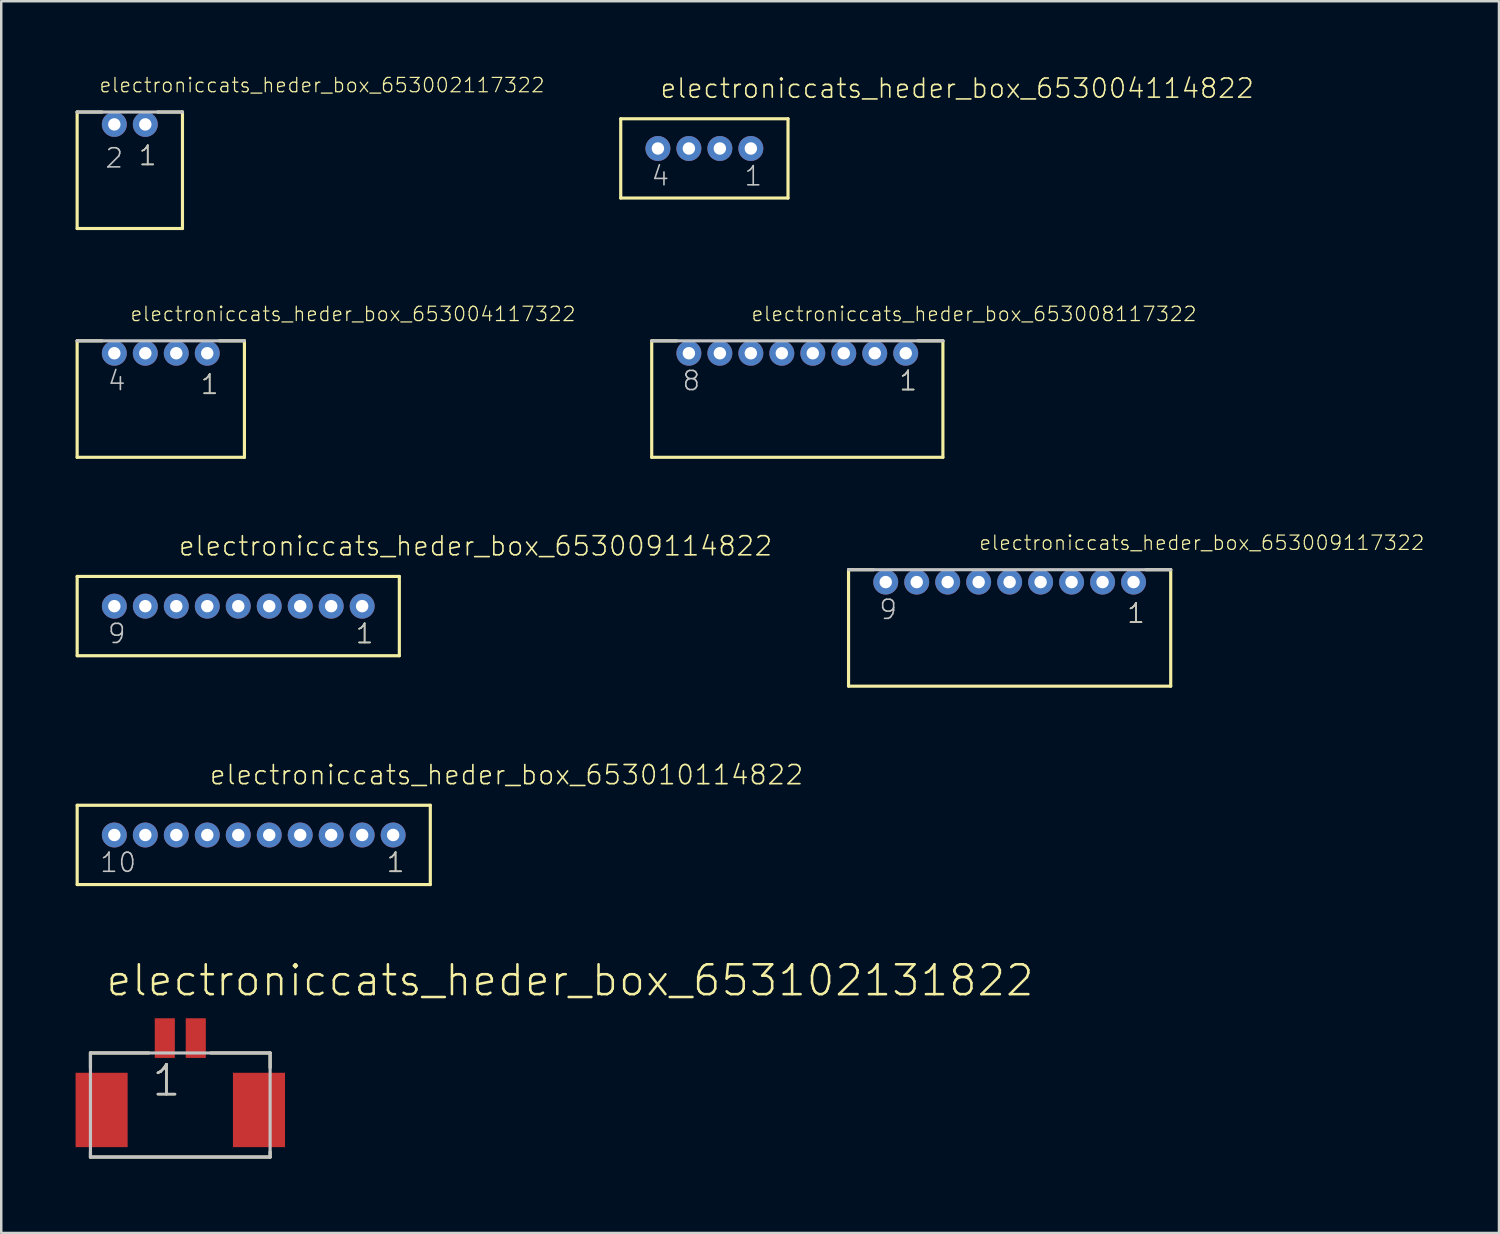
<source format=kicad_pcb>
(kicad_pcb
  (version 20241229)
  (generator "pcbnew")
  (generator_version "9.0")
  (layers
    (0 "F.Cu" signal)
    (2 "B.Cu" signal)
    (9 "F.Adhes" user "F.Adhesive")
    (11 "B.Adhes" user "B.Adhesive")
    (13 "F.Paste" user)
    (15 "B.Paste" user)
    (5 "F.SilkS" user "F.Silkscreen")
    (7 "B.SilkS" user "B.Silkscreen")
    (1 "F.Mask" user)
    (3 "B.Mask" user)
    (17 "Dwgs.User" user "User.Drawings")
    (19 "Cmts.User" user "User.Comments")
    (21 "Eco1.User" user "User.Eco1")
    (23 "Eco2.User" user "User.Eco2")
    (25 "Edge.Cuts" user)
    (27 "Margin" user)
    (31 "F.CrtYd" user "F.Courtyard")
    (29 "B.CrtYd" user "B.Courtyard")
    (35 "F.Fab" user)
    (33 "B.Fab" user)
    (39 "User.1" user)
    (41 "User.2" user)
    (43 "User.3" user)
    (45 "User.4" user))
  (footprint "electroniccats_heder_box_653004117322"
    (layer "F.Cu")
    (at 3.438 11.204)
    (property "Reference" "electroniccats_heder_box_653004117322" (at -1.265 -1.245 0) (layer "F.SilkS") (effects (font (size 0.579 0.579) (thickness 0.049)) (justify left bottom)))
    (attr through_hole)
    (fp_line (start -3.375 4.2) (end -3.375 -0.5) (stroke (width 0.127) (type solid)) (layer "F.SilkS"))
    (fp_line (start -2.37 -0.5) (end -3.375 -0.5) (stroke (width 0.127) (type solid)) (layer "F.SilkS"))
    (fp_line (start 2.37 -0.5) (end 3.375 -0.5) (stroke (width 0.127) (type solid)) (layer "F.SilkS"))
    (fp_line (start 3.375 -0.5) (end 3.375 4.2) (stroke (width 0.127) (type solid)) (layer "F.SilkS"))
    (fp_line (start 3.375 4.2) (end -3.375 4.2) (stroke (width 0.127) (type solid)) (layer "F.SilkS"))
    (fp_line (start -3.375 -0.5) (end 3.375 -0.5) (stroke (width 0.127) (type solid)) (layer "Dwgs.User"))
    (fp_text user "1" (at 1.562 1.712 0) (layer "F.SilkS") (effects (font (size 0.772 0.772) (thickness 0.065)) (justify left bottom)))
    (fp_text user "4" (at -2.188 1.562 0) (layer "Dwgs.User") (effects (font (size 0.772 0.772) (thickness 0.065)) (justify left bottom)))
    (fp_text user "1" (at 1.562 1.712 0) (layer "Dwgs.User") (effects (font (size 0.772 0.772) (thickness 0.065)) (justify left bottom)))
    (pad "1" thru_hole circle (at 1.875 0) (size 1.008 1.008) (drill 0.5) (layers "*.Cu" "*.Mask"))
    (pad "2" thru_hole circle (at 0.625 0) (size 1.008 1.008) (drill 0.5) (layers "*.Cu" "*.Mask"))
    (pad "3" thru_hole circle (at -0.625 0) (size 1.008 1.008) (drill 0.5) (layers "*.Cu" "*.Mask"))
    (pad "4" thru_hole circle (at -1.875 0) (size 1.008 1.008) (drill 0.5) (layers "*.Cu" "*.Mask")))
  (footprint "electroniccats_heder_box_653002117322"
    (layer "F.Cu")
    (at 2.188 1.97)
    (property "Reference" "electroniccats_heder_box_653002117322" (at -1.265 -1.245 0) (layer "F.SilkS") (effects (font (size 0.579 0.579) (thickness 0.049)) (justify left bottom)))
    (attr through_hole)
    (fp_line (start -2.125 4.2) (end -2.125 -0.5) (stroke (width 0.127) (type solid)) (layer "F.SilkS"))
    (fp_line (start -1.12 -0.5) (end -2.125 -0.5) (stroke (width 0.127) (type solid)) (layer "F.SilkS"))
    (fp_line (start 1.12 -0.5) (end 2.125 -0.5) (stroke (width 0.127) (type solid)) (layer "F.SilkS"))
    (fp_line (start 2.125 -0.5) (end 2.125 4.2) (stroke (width 0.127) (type solid)) (layer "F.SilkS"))
    (fp_line (start 2.125 4.2) (end -2.125 4.2) (stroke (width 0.127) (type solid)) (layer "F.SilkS"))
    (fp_line (start -2.125 -0.5) (end 2.125 -0.5) (stroke (width 0.127) (type solid)) (layer "Dwgs.User"))
    (fp_text user "1" (at 0.312 1.712 0) (layer "F.SilkS") (effects (font (size 0.772 0.772) (thickness 0.065)) (justify left bottom)))
    (fp_text user "1" (at 0.312 1.712 0) (layer "Dwgs.User") (effects (font (size 0.772 0.772) (thickness 0.065)) (justify left bottom)))
    (fp_text user "2" (at -1.038 1.812 0) (layer "Dwgs.User") (effects (font (size 0.772 0.772) (thickness 0.065)) (justify left bottom)))
    (pad "1" thru_hole circle (at 0.625 0) (size 1.008 1.008) (drill 0.5) (layers "*.Cu" "*.Mask"))
    (pad "2" thru_hole circle (at -0.625 0) (size 1.008 1.008) (drill 0.5) (layers "*.Cu" "*.Mask")))
  (footprint "electroniccats_heder_box_653009117322"
    (layer "F.Cu")
    (at 37.691 20.438)
    (property "Reference" "electroniccats_heder_box_653009117322" (at -1.265 -1.245 0) (layer "F.SilkS") (effects (font (size 0.579 0.579) (thickness 0.049)) (justify left bottom)))
    (attr through_hole)
    (fp_line (start -6.5 4.2) (end -6.5 -0.5) (stroke (width 0.127) (type solid)) (layer "F.SilkS"))
    (fp_line (start -5.495 -0.5) (end -6.5 -0.5) (stroke (width 0.127) (type solid)) (layer "F.SilkS"))
    (fp_line (start 5.495 -0.5) (end 6.5 -0.5) (stroke (width 0.127) (type solid)) (layer "F.SilkS"))
    (fp_line (start 6.5 -0.5) (end 6.5 4.2) (stroke (width 0.127) (type solid)) (layer "F.SilkS"))
    (fp_line (start 6.5 4.2) (end -6.5 4.2) (stroke (width 0.127) (type solid)) (layer "F.SilkS"))
    (fp_line (start -6.5 -0.5) (end 6.5 -0.5) (stroke (width 0.127) (type solid)) (layer "Dwgs.User"))
    (fp_text user "1" (at 4.688 1.712 0) (layer "F.SilkS") (effects (font (size 0.772 0.772) (thickness 0.065)) (justify left bottom)))
    (fp_text user "9" (at -5.312 1.562 0) (layer "Dwgs.User") (effects (font (size 0.772 0.772) (thickness 0.065)) (justify left bottom)))
    (fp_text user "1" (at 4.688 1.712 0) (layer "Dwgs.User") (effects (font (size 0.772 0.772) (thickness 0.065)) (justify left bottom)))
    (pad "1" thru_hole circle (at 5 0) (size 1.008 1.008) (drill 0.5) (layers "*.Cu" "*.Mask"))
    (pad "2" thru_hole circle (at 3.75 0) (size 1.008 1.008) (drill 0.5) (layers "*.Cu" "*.Mask"))
    (pad "3" thru_hole circle (at 2.5 0) (size 1.008 1.008) (drill 0.5) (layers "*.Cu" "*.Mask"))
    (pad "4" thru_hole circle (at 1.25 0) (size 1.008 1.008) (drill 0.5) (layers "*.Cu" "*.Mask"))
    (pad "5" thru_hole circle (at 0 0) (size 1.008 1.008) (drill 0.5) (layers "*.Cu" "*.Mask"))
    (pad "6" thru_hole circle (at -1.25 0) (size 1.008 1.008) (drill 0.5) (layers "*.Cu" "*.Mask"))
    (pad "7" thru_hole circle (at -2.5 0) (size 1.008 1.008) (drill 0.5) (layers "*.Cu" "*.Mask"))
    (pad "8" thru_hole circle (at -3.75 0) (size 1.008 1.008) (drill 0.5) (layers "*.Cu" "*.Mask"))
    (pad "9" thru_hole circle (at -5 0) (size 1.008 1.008) (drill 0.5) (layers "*.Cu" "*.Mask")))
  (footprint "electroniccats_heder_box_653102131822"
    (layer "F.Cu")
    (at 4.225 38.839)
    (property "Reference" "electroniccats_heder_box_653102131822" (at -3.06 -1.62 0) (layer "F.SilkS") (effects (font (size 1.206 1.206) (thickness 0.102)) (justify left bottom)))
    (attr through_hole)
    (fp_line (start -3.625 0.6) (end -3.625 1.21) (stroke (width 0.127) (type solid)) (layer "F.SilkS"))
    (fp_line (start -3.625 4.59) (end -3.625 4.8) (stroke (width 0.127) (type solid)) (layer "F.SilkS"))
    (fp_line (start -3.625 4.8) (end 3.625 4.8) (stroke (width 0.127) (type solid)) (layer "F.SilkS"))
    (fp_line (start -1.27 0.6) (end -3.625 0.6) (stroke (width 0.127) (type solid)) (layer "F.SilkS"))
    (fp_line (start 1.23 0.6) (end 3.625 0.6) (stroke (width 0.127) (type solid)) (layer "F.SilkS"))
    (fp_line (start 3.625 0.6) (end 3.625 1.19) (stroke (width 0.127) (type solid)) (layer "F.SilkS"))
    (fp_line (start 3.625 4.8) (end 3.625 4.59) (stroke (width 0.127) (type solid)) (layer "F.SilkS"))
    (fp_line (start -3.625 0.6) (end 3.625 0.6) (stroke (width 0.127) (type solid)) (layer "Dwgs.User"))
    (fp_line (start -3.625 4.8) (end -3.625 0.6) (stroke (width 0.127) (type solid)) (layer "Dwgs.User"))
    (fp_line (start 3.625 0.6) (end 3.625 4.8) (stroke (width 0.127) (type solid)) (layer "Dwgs.User"))
    (fp_line (start 3.625 4.8) (end -3.625 4.8) (stroke (width 0.127) (type solid)) (layer "Dwgs.User"))
    (fp_text user "1" (at -1.2 2.415 0) (layer "F.SilkS") (effects (font (size 1.206 1.206) (thickness 0.102)) (justify left bottom)))
    (fp_text user "1" (at -1.2 2.415 0) (layer "Dwgs.User") (effects (font (size 1.206 1.206) (thickness 0.102)) (justify left bottom)))
    (pad "1" smd rect (at -0.625 0) (size 0.81 1.6) (layers "F.Cu" "F.Mask" "F.Paste"))
    (pad "2" smd rect (at 0.625 0) (size 0.81 1.6) (layers "F.Cu" "F.Mask" "F.Paste"))
    (pad "Z1" smd rect (at -3.175 2.9) (size 2.1 3) (layers "F.Cu" "F.Mask" "F.Paste"))
    (pad "Z2" smd rect (at 3.175 2.9) (size 2.1 3) (layers "F.Cu" "F.Mask" "F.Paste")))
  (footprint "electroniccats_heder_box_653010114822"
    (layer "F.Cu")
    (at 7.189 30.644)
    (property "Reference" "electroniccats_heder_box_653010114822" (at -1.825 -1.975 0) (layer "F.SilkS") (effects (font (size 0.772 0.772) (thickness 0.065)) (justify left bottom)))
    (attr through_hole)
    (fp_line (start -7.125 -1.2) (end 7.125 -1.2) (stroke (width 0.127) (type solid)) (layer "F.SilkS"))
    (fp_line (start -7.125 2) (end -7.125 -1.2) (stroke (width 0.127) (type solid)) (layer "F.SilkS"))
    (fp_line (start 7.125 -1.2) (end 7.125 2) (stroke (width 0.127) (type solid)) (layer "F.SilkS"))
    (fp_line (start 7.125 2) (end -7.125 2) (stroke (width 0.127) (type solid)) (layer "F.SilkS"))
    (fp_text user "1" (at 5.312 1.562 0) (layer "F.SilkS") (effects (font (size 0.772 0.772) (thickness 0.065)) (justify left bottom)))
    (fp_text user "1" (at 5.312 1.562 0) (layer "Dwgs.User") (effects (font (size 0.772 0.772) (thickness 0.065)) (justify left bottom)))
    (fp_text user "10" (at -6.25 1.562 0) (layer "Dwgs.User") (effects (font (size 0.772 0.772) (thickness 0.065)) (justify left bottom)))
    (pad "1" thru_hole circle (at 5.625 0) (size 1.008 1.008) (drill 0.5) (layers "*.Cu" "*.Mask"))
    (pad "2" thru_hole circle (at 4.375 0) (size 1.008 1.008) (drill 0.5) (layers "*.Cu" "*.Mask"))
    (pad "3" thru_hole circle (at 3.125 0) (size 1.008 1.008) (drill 0.5) (layers "*.Cu" "*.Mask"))
    (pad "4" thru_hole circle (at 1.875 0) (size 1.008 1.008) (drill 0.5) (layers "*.Cu" "*.Mask"))
    (pad "5" thru_hole circle (at 0.625 0) (size 1.008 1.008) (drill 0.5) (layers "*.Cu" "*.Mask"))
    (pad "6" thru_hole circle (at -0.625 0) (size 1.008 1.008) (drill 0.5) (layers "*.Cu" "*.Mask"))
    (pad "7" thru_hole circle (at -1.875 0) (size 1.008 1.008) (drill 0.5) (layers "*.Cu" "*.Mask"))
    (pad "8" thru_hole circle (at -3.125 0) (size 1.008 1.008) (drill 0.5) (layers "*.Cu" "*.Mask"))
    (pad "9" thru_hole circle (at -4.375 0) (size 1.008 1.008) (drill 0.5) (layers "*.Cu" "*.Mask"))
    (pad "10" thru_hole circle (at -5.625 0) (size 1.008 1.008) (drill 0.5) (layers "*.Cu" "*.Mask")))
  (footprint "electroniccats_heder_box_653009114822"
    (layer "F.Cu")
    (at 6.564 21.41)
    (property "Reference" "electroniccats_heder_box_653009114822" (at -2.45 -1.975 0) (layer "F.SilkS") (effects (font (size 0.772 0.772) (thickness 0.065)) (justify left bottom)))
    (attr through_hole)
    (fp_line (start -6.5 -1.2) (end 6.5 -1.2) (stroke (width 0.127) (type solid)) (layer "F.SilkS"))
    (fp_line (start -6.5 2) (end -6.5 -1.2) (stroke (width 0.127) (type solid)) (layer "F.SilkS"))
    (fp_line (start 6.5 -1.2) (end 6.5 2) (stroke (width 0.127) (type solid)) (layer "F.SilkS"))
    (fp_line (start 6.5 2) (end -6.5 2) (stroke (width 0.127) (type solid)) (layer "F.SilkS"))
    (fp_text user "1" (at 4.688 1.562 0) (layer "F.SilkS") (effects (font (size 0.772 0.772) (thickness 0.065)) (justify left bottom)))
    (fp_text user "1" (at 4.688 1.562 0) (layer "Dwgs.User") (effects (font (size 0.772 0.772) (thickness 0.065)) (justify left bottom)))
    (fp_text user "9" (at -5.312 1.562 0) (layer "Dwgs.User") (effects (font (size 0.772 0.772) (thickness 0.065)) (justify left bottom)))
    (pad "1" thru_hole circle (at 5 0) (size 1.008 1.008) (drill 0.5) (layers "*.Cu" "*.Mask"))
    (pad "2" thru_hole circle (at 3.75 0) (size 1.008 1.008) (drill 0.5) (layers "*.Cu" "*.Mask"))
    (pad "3" thru_hole circle (at 2.5 0) (size 1.008 1.008) (drill 0.5) (layers "*.Cu" "*.Mask"))
    (pad "4" thru_hole circle (at 1.25 0) (size 1.008 1.008) (drill 0.5) (layers "*.Cu" "*.Mask"))
    (pad "5" thru_hole circle (at 0 0) (size 1.008 1.008) (drill 0.5) (layers "*.Cu" "*.Mask"))
    (pad "6" thru_hole circle (at -1.25 0) (size 1.008 1.008) (drill 0.5) (layers "*.Cu" "*.Mask"))
    (pad "7" thru_hole circle (at -2.5 0) (size 1.008 1.008) (drill 0.5) (layers "*.Cu" "*.Mask"))
    (pad "8" thru_hole circle (at -3.75 0) (size 1.008 1.008) (drill 0.5) (layers "*.Cu" "*.Mask"))
    (pad "9" thru_hole circle (at -5 0) (size 1.008 1.008) (drill 0.5) (layers "*.Cu" "*.Mask")))
  (footprint "electroniccats_heder_box_653004114822"
    (layer "F.Cu")
    (at 25.373 2.942)
    (property "Reference" "electroniccats_heder_box_653004114822" (at -1.825 -1.975 0) (layer "F.SilkS") (effects (font (size 0.772 0.772) (thickness 0.065)) (justify left bottom)))
    (attr through_hole)
    (fp_line (start -3.375 -1.2) (end 3.375 -1.2) (stroke (width 0.127) (type solid)) (layer "F.SilkS"))
    (fp_line (start -3.375 2) (end -3.375 -1.2) (stroke (width 0.127) (type solid)) (layer "F.SilkS"))
    (fp_line (start 3.375 -1.2) (end 3.375 2) (stroke (width 0.127) (type solid)) (layer "F.SilkS"))
    (fp_line (start 3.375 2) (end -3.375 2) (stroke (width 0.127) (type solid)) (layer "F.SilkS"))
    (fp_text user "4" (at -2.188 1.562 0) (layer "Dwgs.User") (effects (font (size 0.772 0.772) (thickness 0.065)) (justify left bottom)))
    (fp_text user "1" (at 1.562 1.562 0) (layer "Dwgs.User") (effects (font (size 0.772 0.772) (thickness 0.065)) (justify left bottom)))
    (pad "1" thru_hole circle (at 1.875 0) (size 1.008 1.008) (drill 0.5) (layers "*.Cu" "*.Mask"))
    (pad "2" thru_hole circle (at 0.625 0) (size 1.008 1.008) (drill 0.5) (layers "*.Cu" "*.Mask"))
    (pad "3" thru_hole circle (at -0.625 0) (size 1.008 1.008) (drill 0.5) (layers "*.Cu" "*.Mask"))
    (pad "4" thru_hole circle (at -1.875 0) (size 1.008 1.008) (drill 0.5) (layers "*.Cu" "*.Mask")))
  (footprint "electroniccats_heder_box_653008117322"
    (layer "F.Cu")
    (at 29.123 11.204)
    (property "Reference" "electroniccats_heder_box_653008117322" (at -1.89 -1.245 0) (layer "F.SilkS") (effects (font (size 0.579 0.579) (thickness 0.049)) (justify left bottom)))
    (attr through_hole)
    (fp_line (start -5.875 4.2) (end -5.875 -0.5) (stroke (width 0.127) (type solid)) (layer "F.SilkS"))
    (fp_line (start -4.87 -0.5) (end -5.875 -0.5) (stroke (width 0.127) (type solid)) (layer "F.SilkS"))
    (fp_line (start 4.87 -0.5) (end 5.875 -0.5) (stroke (width 0.127) (type solid)) (layer "F.SilkS"))
    (fp_line (start 5.875 -0.5) (end 5.875 4.2) (stroke (width 0.127) (type solid)) (layer "F.SilkS"))
    (fp_line (start 5.875 4.2) (end -5.875 4.2) (stroke (width 0.127) (type solid)) (layer "F.SilkS"))
    (fp_line (start -5.875 -0.5) (end 5.875 -0.5) (stroke (width 0.127) (type solid)) (layer "Dwgs.User"))
    (fp_text user "1" (at 4.062 1.562 0) (layer "F.SilkS") (effects (font (size 0.772 0.772) (thickness 0.065)) (justify left bottom)))
    (fp_text user "1" (at 4.062 1.562 0) (layer "Dwgs.User") (effects (font (size 0.772 0.772) (thickness 0.065)) (justify left bottom)))
    (fp_text user "8" (at -4.688 1.562 0) (layer "Dwgs.User") (effects (font (size 0.772 0.772) (thickness 0.065)) (justify left bottom)))
    (pad "1" thru_hole circle (at 4.375 0) (size 1.008 1.008) (drill 0.5) (layers "*.Cu" "*.Mask"))
    (pad "2" thru_hole circle (at 3.125 0) (size 1.008 1.008) (drill 0.5) (layers "*.Cu" "*.Mask"))
    (pad "3" thru_hole circle (at 1.875 0) (size 1.008 1.008) (drill 0.5) (layers "*.Cu" "*.Mask"))
    (pad "4" thru_hole circle (at 0.625 0) (size 1.008 1.008) (drill 0.5) (layers "*.Cu" "*.Mask"))
    (pad "5" thru_hole circle (at -0.625 0) (size 1.008 1.008) (drill 0.5) (layers "*.Cu" "*.Mask"))
    (pad "6" thru_hole circle (at -1.875 0) (size 1.008 1.008) (drill 0.5) (layers "*.Cu" "*.Mask"))
    (pad "7" thru_hole circle (at -3.125 0) (size 1.008 1.008) (drill 0.5) (layers "*.Cu" "*.Mask"))
    (pad "8" thru_hole circle (at -4.375 0) (size 1.008 1.008) (drill 0.5) (layers "*.Cu" "*.Mask")))
  (gr_rect
    (start -3 -3)
    (end 57.437 46.702)
    (stroke (width 0.1) (type default))
    (fill no)
    (layer "Edge.Cuts")))
</source>
